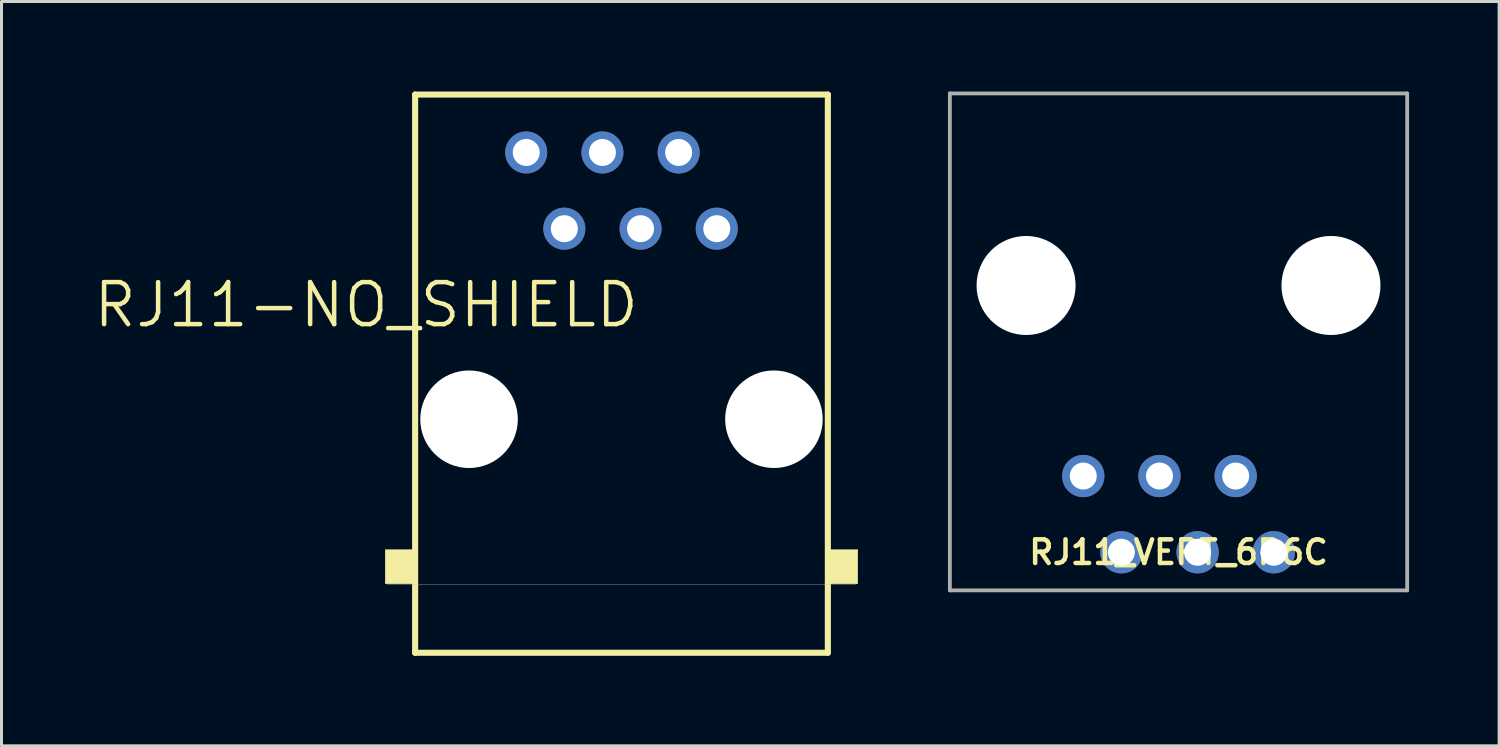
<source format=kicad_pcb>
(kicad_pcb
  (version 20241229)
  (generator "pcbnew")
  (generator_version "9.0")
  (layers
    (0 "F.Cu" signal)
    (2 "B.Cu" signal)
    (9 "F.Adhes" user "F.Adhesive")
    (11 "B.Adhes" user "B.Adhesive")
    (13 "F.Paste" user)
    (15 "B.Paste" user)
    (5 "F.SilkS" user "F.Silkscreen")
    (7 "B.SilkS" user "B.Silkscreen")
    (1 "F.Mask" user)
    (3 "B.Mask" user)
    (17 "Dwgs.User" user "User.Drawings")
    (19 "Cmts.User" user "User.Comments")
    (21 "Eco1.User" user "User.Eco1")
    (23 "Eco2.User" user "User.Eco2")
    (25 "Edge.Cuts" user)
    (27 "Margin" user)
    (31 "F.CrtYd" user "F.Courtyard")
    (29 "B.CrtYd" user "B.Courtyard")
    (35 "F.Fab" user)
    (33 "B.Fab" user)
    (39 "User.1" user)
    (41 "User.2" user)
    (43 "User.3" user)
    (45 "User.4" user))
  (footprint "RJ11-NO_SHIELD"
    (layer "F.Cu")
    (at 17.661 10.921)
    (property "Reference" "RJ11-NO_SHIELD" (at -8.509 -3.81 180) (layer "F.SilkS") (effects (font (size 1.4 1.4) (thickness 0.15))))
    (attr through_hole)
    (fp_line (start -6.877 -10.819) (end 6.877 -10.819) (stroke (width 0.203) (type solid)) (layer "F.SilkS"))
    (fp_line (start -6.877 7.782) (end -6.877 -10.819) (stroke (width 0.203) (type solid)) (layer "F.SilkS"))
    (fp_line (start 6.877 -10.819) (end 6.877 7.782) (stroke (width 0.203) (type solid)) (layer "F.SilkS"))
    (fp_line (start 6.877 7.782) (end -6.877 7.782) (stroke (width 0.203) (type solid)) (layer "F.SilkS"))
    (fp_poly (pts (xy -7.875 4.342) (xy -6.95 4.342) (xy -6.95 5.485) (xy -7.875 5.485)) (stroke (width 0.01) (type solid)) (fill yes) (layer "F.SilkS"))
    (fp_poly (pts (xy 6.95 4.342) (xy 7.875 4.342) (xy 7.875 5.485) (xy 6.95 5.485)) (stroke (width 0.01) (type solid)) (fill yes) (layer "F.SilkS"))
    (fp_line (start 7.811 5.51) (end -7.811 5.51) (stroke (width 0.01) (type solid)) (layer "Dwgs.User"))
    (pad "" np_thru_hole circle (at -5.08 0) (size 3.251 3.251) (drill 3.251) (layers "*.Cu" "*.Mask"))
    (pad "" np_thru_hole circle (at 5.08 0) (size 3.251 3.251) (drill 3.251) (layers "*.Cu" "*.Mask"))
    (pad "1" thru_hole circle (at -3.175 -8.89) (size 1.4 1.4) (drill 0.9) (layers "*.Cu" "*.Mask"))
    (pad "2" thru_hole circle (at -1.905 -6.35) (size 1.4 1.4) (drill 0.9) (layers "*.Cu" "*.Mask"))
    (pad "3" thru_hole circle (at -0.635 -8.89) (size 1.4 1.4) (drill 0.9) (layers "*.Cu" "*.Mask"))
    (pad "4" thru_hole circle (at 0.635 -6.35) (size 1.4 1.4) (drill 0.9) (layers "*.Cu" "*.Mask"))
    (pad "5" thru_hole circle (at 1.905 -8.89) (size 1.4 1.4) (drill 0.9) (layers "*.Cu" "*.Mask"))
    (pad "6" thru_hole circle (at 3.175 -6.35) (size 1.4 1.4) (drill 0.9) (layers "*.Cu" "*.Mask")))
  (footprint "RJ11_VERT_6P6C"
    (layer "F.Cu")
    (at 36.224 15.354)
    (property "Reference" "RJ11_VERT_6P6C" (at 0 0 0) (layer "F.SilkS") (effects (font (size 0.787 0.787) (thickness 0.15))))
    (attr through_hole)
    (fp_line (start -7.62 -15.29) (end 7.62 -15.29) (stroke (width 0.127) (type solid)) (layer "F.Fab"))
    (fp_line (start -7.62 1.27) (end -7.62 -15.29) (stroke (width 0.127) (type solid)) (layer "F.Fab"))
    (fp_line (start 7.62 -15.29) (end 7.62 1.27) (stroke (width 0.127) (type solid)) (layer "F.Fab"))
    (fp_line (start 7.62 1.27) (end -7.62 1.27) (stroke (width 0.127) (type solid)) (layer "F.Fab"))
    (pad "" np_thru_hole circle (at -5.08 -8.89) (size 3.3 3.3) (drill 3.3) (layers "*.Cu" "*.Mask"))
    (pad "" np_thru_hole circle (at 5.08 -8.89) (size 3.3 3.3) (drill 3.3) (layers "*.Cu" "*.Mask"))
    (pad "1" thru_hole circle (at 3.175 0) (size 1.408 1.408) (drill 0.9) (layers "*.Cu" "*.Mask"))
    (pad "2" thru_hole circle (at 1.905 -2.54) (size 1.408 1.408) (drill 0.9) (layers "*.Cu" "*.Mask"))
    (pad "3" thru_hole circle (at 0.635 0) (size 1.408 1.408) (drill 0.9) (layers "*.Cu" "*.Mask"))
    (pad "4" thru_hole circle (at -0.635 -2.54) (size 1.408 1.408) (drill 0.9) (layers "*.Cu" "*.Mask"))
    (pad "5" thru_hole circle (at -1.905 0) (size 1.408 1.408) (drill 0.9) (layers "*.Cu" "*.Mask"))
    (pad "6" thru_hole circle (at -3.175 -2.54) (size 1.408 1.408) (drill 0.9) (layers "*.Cu" "*.Mask")))
  (gr_rect
    (start -3 -3)
    (end 46.908 21.804)
    (stroke (width 0.1) (type default))
    (fill no)
    (layer "Edge.Cuts")))
</source>
